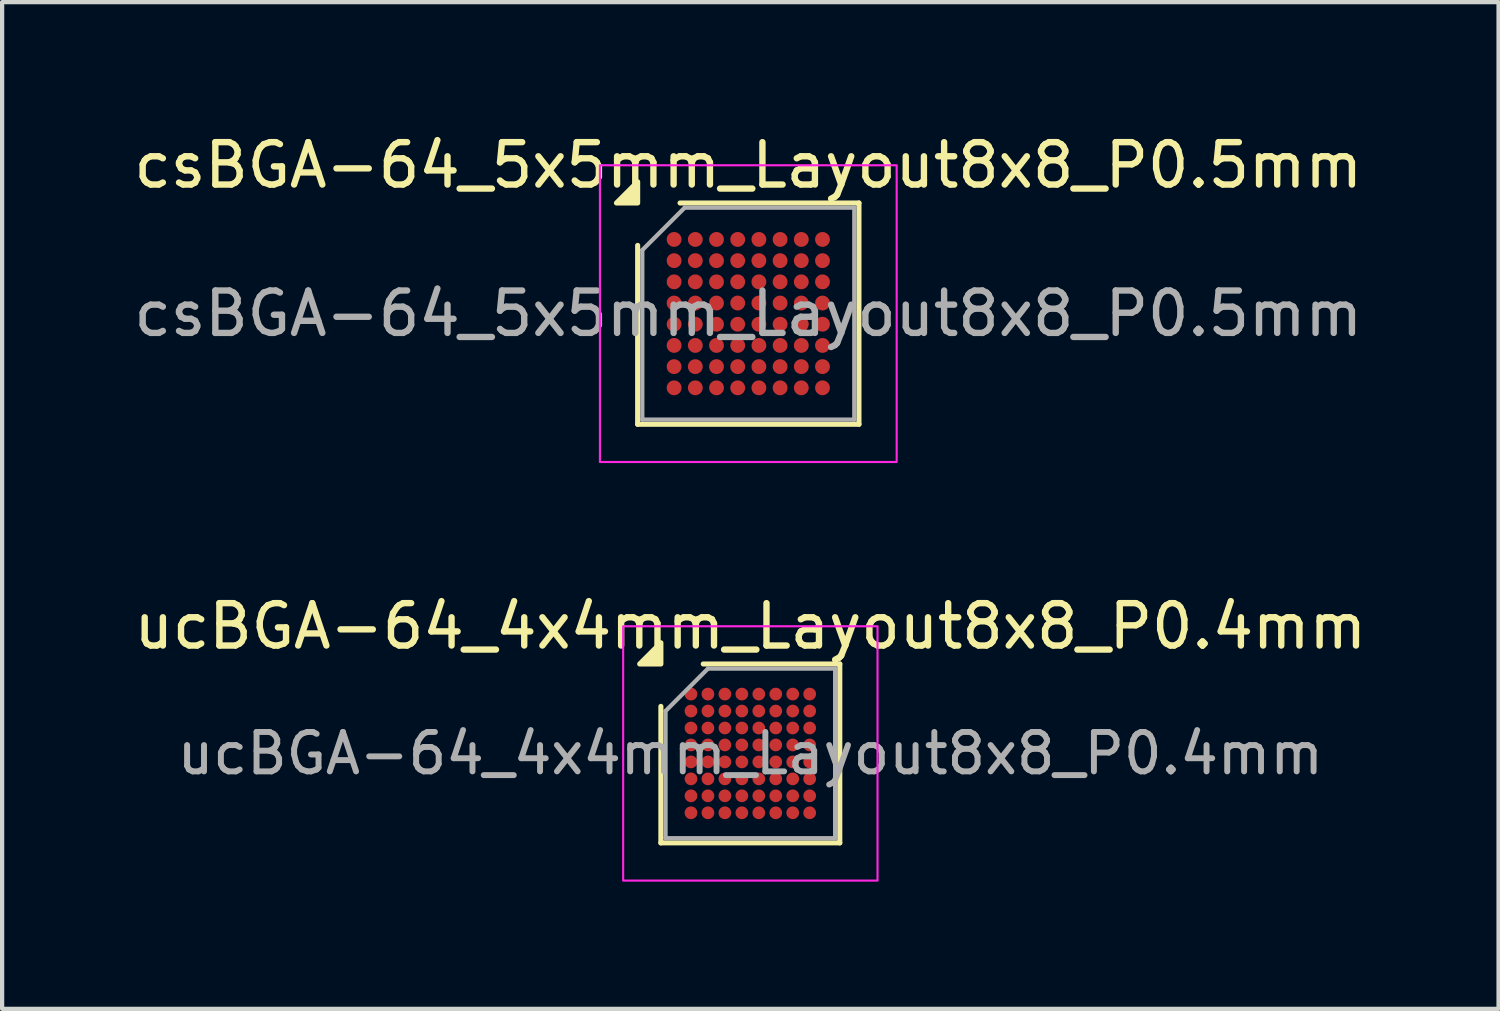
<source format=kicad_pcb>
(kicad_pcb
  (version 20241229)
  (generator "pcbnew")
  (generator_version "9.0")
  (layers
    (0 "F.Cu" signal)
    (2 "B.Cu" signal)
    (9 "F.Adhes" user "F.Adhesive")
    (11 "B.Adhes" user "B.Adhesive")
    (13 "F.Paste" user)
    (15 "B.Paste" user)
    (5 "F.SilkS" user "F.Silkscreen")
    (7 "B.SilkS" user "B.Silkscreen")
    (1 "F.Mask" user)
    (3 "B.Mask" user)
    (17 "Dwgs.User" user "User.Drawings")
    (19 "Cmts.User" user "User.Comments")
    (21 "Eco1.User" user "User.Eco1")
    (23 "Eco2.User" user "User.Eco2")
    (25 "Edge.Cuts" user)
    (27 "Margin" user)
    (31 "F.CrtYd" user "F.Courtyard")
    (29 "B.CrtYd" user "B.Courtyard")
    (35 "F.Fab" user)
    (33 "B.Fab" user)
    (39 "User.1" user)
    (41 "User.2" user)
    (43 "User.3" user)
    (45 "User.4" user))
  (footprint "ucBGA-64_4x4mm_Layout8x8_P0.4mm"
    (layer "F.Cu")
    (at 14.649 14.722)
    (property "Reference" "ucBGA-64_4x4mm_Layout8x8_P0.4mm" (at 0 -3 0) (layer "F.SilkS") (effects (font (size 1 1) (thickness 0.15))))
    (attr smd)
    (fp_line (start -2.11 2.11) (end -2.11 -1.11) (stroke (width 0.12) (type solid)) (layer "F.SilkS"))
    (fp_line (start -1.11 -2.11) (end 2.11 -2.11) (stroke (width 0.12) (type solid)) (layer "F.SilkS"))
    (fp_line (start 2.11 -2.11) (end 2.11 2.11) (stroke (width 0.12) (type solid)) (layer "F.SilkS"))
    (fp_line (start 2.11 2.11) (end -2.11 2.11) (stroke (width 0.12) (type solid)) (layer "F.SilkS"))
    (fp_poly (pts (xy -2.11 -2.11) (xy -2.61 -2.11) (xy -2.11 -2.61)) (stroke (width 0.12) (type solid)) (fill yes) (layer "F.SilkS"))
    (fp_rect (start -3 -3) (end 3 3) (stroke (width 0.05) (type solid)) (fill no) (layer "F.CrtYd"))
    (fp_line (start -2 -1) (end -1 -2) (stroke (width 0.1) (type solid)) (layer "F.Fab"))
    (fp_line (start -2 2) (end -2 -1) (stroke (width 0.1) (type solid)) (layer "F.Fab"))
    (fp_line (start -1 -2) (end 2 -2) (stroke (width 0.1) (type solid)) (layer "F.Fab"))
    (fp_line (start 2 -2) (end 2 2) (stroke (width 0.1) (type solid)) (layer "F.Fab"))
    (fp_line (start 2 2) (end -2 2) (stroke (width 0.1) (type solid)) (layer "F.Fab"))
    (fp_text user "${REFERENCE}" (at 0 0 0) (layer "F.Fab") (effects (font (size 0.93 0.93) (thickness 0.14))))
    (pad "A1" smd circle (at -1.4 -1.4) (size 0.3 0.3) (property pad_prop_bga) (layers "F.Cu" "F.Mask" "F.Paste"))
    (pad "A2" smd circle (at -1 -1.4) (size 0.3 0.3) (property pad_prop_bga) (layers "F.Cu" "F.Mask" "F.Paste"))
    (pad "A3" smd circle (at -0.6 -1.4) (size 0.3 0.3) (property pad_prop_bga) (layers "F.Cu" "F.Mask" "F.Paste"))
    (pad "A4" smd circle (at -0.2 -1.4) (size 0.3 0.3) (property pad_prop_bga) (layers "F.Cu" "F.Mask" "F.Paste"))
    (pad "A5" smd circle (at 0.2 -1.4) (size 0.3 0.3) (property pad_prop_bga) (layers "F.Cu" "F.Mask" "F.Paste"))
    (pad "A6" smd circle (at 0.6 -1.4) (size 0.3 0.3) (property pad_prop_bga) (layers "F.Cu" "F.Mask" "F.Paste"))
    (pad "A7" smd circle (at 1 -1.4) (size 0.3 0.3) (property pad_prop_bga) (layers "F.Cu" "F.Mask" "F.Paste"))
    (pad "A8" smd circle (at 1.4 -1.4) (size 0.3 0.3) (property pad_prop_bga) (layers "F.Cu" "F.Mask" "F.Paste"))
    (pad "B1" smd circle (at -1.4 -1) (size 0.3 0.3) (property pad_prop_bga) (layers "F.Cu" "F.Mask" "F.Paste"))
    (pad "B2" smd circle (at -1 -1) (size 0.3 0.3) (property pad_prop_bga) (layers "F.Cu" "F.Mask" "F.Paste"))
    (pad "B3" smd circle (at -0.6 -1) (size 0.3 0.3) (property pad_prop_bga) (layers "F.Cu" "F.Mask" "F.Paste"))
    (pad "B4" smd circle (at -0.2 -1) (size 0.3 0.3) (property pad_prop_bga) (layers "F.Cu" "F.Mask" "F.Paste"))
    (pad "B5" smd circle (at 0.2 -1) (size 0.3 0.3) (property pad_prop_bga) (layers "F.Cu" "F.Mask" "F.Paste"))
    (pad "B6" smd circle (at 0.6 -1) (size 0.3 0.3) (property pad_prop_bga) (layers "F.Cu" "F.Mask" "F.Paste"))
    (pad "B7" smd circle (at 1 -1) (size 0.3 0.3) (property pad_prop_bga) (layers "F.Cu" "F.Mask" "F.Paste"))
    (pad "B8" smd circle (at 1.4 -1) (size 0.3 0.3) (property pad_prop_bga) (layers "F.Cu" "F.Mask" "F.Paste"))
    (pad "C1" smd circle (at -1.4 -0.6) (size 0.3 0.3) (property pad_prop_bga) (layers "F.Cu" "F.Mask" "F.Paste"))
    (pad "C2" smd circle (at -1 -0.6) (size 0.3 0.3) (property pad_prop_bga) (layers "F.Cu" "F.Mask" "F.Paste"))
    (pad "C3" smd circle (at -0.6 -0.6) (size 0.3 0.3) (property pad_prop_bga) (layers "F.Cu" "F.Mask" "F.Paste"))
    (pad "C4" smd circle (at -0.2 -0.6) (size 0.3 0.3) (property pad_prop_bga) (layers "F.Cu" "F.Mask" "F.Paste"))
    (pad "C5" smd circle (at 0.2 -0.6) (size 0.3 0.3) (property pad_prop_bga) (layers "F.Cu" "F.Mask" "F.Paste"))
    (pad "C6" smd circle (at 0.6 -0.6) (size 0.3 0.3) (property pad_prop_bga) (layers "F.Cu" "F.Mask" "F.Paste"))
    (pad "C7" smd circle (at 1 -0.6) (size 0.3 0.3) (property pad_prop_bga) (layers "F.Cu" "F.Mask" "F.Paste"))
    (pad "C8" smd circle (at 1.4 -0.6) (size 0.3 0.3) (property pad_prop_bga) (layers "F.Cu" "F.Mask" "F.Paste"))
    (pad "D1" smd circle (at -1.4 -0.2) (size 0.3 0.3) (property pad_prop_bga) (layers "F.Cu" "F.Mask" "F.Paste"))
    (pad "D2" smd circle (at -1 -0.2) (size 0.3 0.3) (property pad_prop_bga) (layers "F.Cu" "F.Mask" "F.Paste"))
    (pad "D3" smd circle (at -0.6 -0.2) (size 0.3 0.3) (property pad_prop_bga) (layers "F.Cu" "F.Mask" "F.Paste"))
    (pad "D4" smd circle (at -0.2 -0.2) (size 0.3 0.3) (property pad_prop_bga) (layers "F.Cu" "F.Mask" "F.Paste"))
    (pad "D5" smd circle (at 0.2 -0.2) (size 0.3 0.3) (property pad_prop_bga) (layers "F.Cu" "F.Mask" "F.Paste"))
    (pad "D6" smd circle (at 0.6 -0.2) (size 0.3 0.3) (property pad_prop_bga) (layers "F.Cu" "F.Mask" "F.Paste"))
    (pad "D7" smd circle (at 1 -0.2) (size 0.3 0.3) (property pad_prop_bga) (layers "F.Cu" "F.Mask" "F.Paste"))
    (pad "D8" smd circle (at 1.4 -0.2) (size 0.3 0.3) (property pad_prop_bga) (layers "F.Cu" "F.Mask" "F.Paste"))
    (pad "E1" smd circle (at -1.4 0.2) (size 0.3 0.3) (property pad_prop_bga) (layers "F.Cu" "F.Mask" "F.Paste"))
    (pad "E2" smd circle (at -1 0.2) (size 0.3 0.3) (property pad_prop_bga) (layers "F.Cu" "F.Mask" "F.Paste"))
    (pad "E3" smd circle (at -0.6 0.2) (size 0.3 0.3) (property pad_prop_bga) (layers "F.Cu" "F.Mask" "F.Paste"))
    (pad "E4" smd circle (at -0.2 0.2) (size 0.3 0.3) (property pad_prop_bga) (layers "F.Cu" "F.Mask" "F.Paste"))
    (pad "E5" smd circle (at 0.2 0.2) (size 0.3 0.3) (property pad_prop_bga) (layers "F.Cu" "F.Mask" "F.Paste"))
    (pad "E6" smd circle (at 0.6 0.2) (size 0.3 0.3) (property pad_prop_bga) (layers "F.Cu" "F.Mask" "F.Paste"))
    (pad "E7" smd circle (at 1 0.2) (size 0.3 0.3) (property pad_prop_bga) (layers "F.Cu" "F.Mask" "F.Paste"))
    (pad "E8" smd circle (at 1.4 0.2) (size 0.3 0.3) (property pad_prop_bga) (layers "F.Cu" "F.Mask" "F.Paste"))
    (pad "F1" smd circle (at -1.4 0.6) (size 0.3 0.3) (property pad_prop_bga) (layers "F.Cu" "F.Mask" "F.Paste"))
    (pad "F2" smd circle (at -1 0.6) (size 0.3 0.3) (property pad_prop_bga) (layers "F.Cu" "F.Mask" "F.Paste"))
    (pad "F3" smd circle (at -0.6 0.6) (size 0.3 0.3) (property pad_prop_bga) (layers "F.Cu" "F.Mask" "F.Paste"))
    (pad "F4" smd circle (at -0.2 0.6) (size 0.3 0.3) (property pad_prop_bga) (layers "F.Cu" "F.Mask" "F.Paste"))
    (pad "F5" smd circle (at 0.2 0.6) (size 0.3 0.3) (property pad_prop_bga) (layers "F.Cu" "F.Mask" "F.Paste"))
    (pad "F6" smd circle (at 0.6 0.6) (size 0.3 0.3) (property pad_prop_bga) (layers "F.Cu" "F.Mask" "F.Paste"))
    (pad "F7" smd circle (at 1 0.6) (size 0.3 0.3) (property pad_prop_bga) (layers "F.Cu" "F.Mask" "F.Paste"))
    (pad "F8" smd circle (at 1.4 0.6) (size 0.3 0.3) (property pad_prop_bga) (layers "F.Cu" "F.Mask" "F.Paste"))
    (pad "G1" smd circle (at -1.4 1) (size 0.3 0.3) (property pad_prop_bga) (layers "F.Cu" "F.Mask" "F.Paste"))
    (pad "G2" smd circle (at -1 1) (size 0.3 0.3) (property pad_prop_bga) (layers "F.Cu" "F.Mask" "F.Paste"))
    (pad "G3" smd circle (at -0.6 1) (size 0.3 0.3) (property pad_prop_bga) (layers "F.Cu" "F.Mask" "F.Paste"))
    (pad "G4" smd circle (at -0.2 1) (size 0.3 0.3) (property pad_prop_bga) (layers "F.Cu" "F.Mask" "F.Paste"))
    (pad "G5" smd circle (at 0.2 1) (size 0.3 0.3) (property pad_prop_bga) (layers "F.Cu" "F.Mask" "F.Paste"))
    (pad "G6" smd circle (at 0.6 1) (size 0.3 0.3) (property pad_prop_bga) (layers "F.Cu" "F.Mask" "F.Paste"))
    (pad "G7" smd circle (at 1 1) (size 0.3 0.3) (property pad_prop_bga) (layers "F.Cu" "F.Mask" "F.Paste"))
    (pad "G8" smd circle (at 1.4 1) (size 0.3 0.3) (property pad_prop_bga) (layers "F.Cu" "F.Mask" "F.Paste"))
    (pad "H1" smd circle (at -1.4 1.4) (size 0.3 0.3) (property pad_prop_bga) (layers "F.Cu" "F.Mask" "F.Paste"))
    (pad "H2" smd circle (at -1 1.4) (size 0.3 0.3) (property pad_prop_bga) (layers "F.Cu" "F.Mask" "F.Paste"))
    (pad "H3" smd circle (at -0.6 1.4) (size 0.3 0.3) (property pad_prop_bga) (layers "F.Cu" "F.Mask" "F.Paste"))
    (pad "H4" smd circle (at -0.2 1.4) (size 0.3 0.3) (property pad_prop_bga) (layers "F.Cu" "F.Mask" "F.Paste"))
    (pad "H5" smd circle (at 0.2 1.4) (size 0.3 0.3) (property pad_prop_bga) (layers "F.Cu" "F.Mask" "F.Paste"))
    (pad "H6" smd circle (at 0.6 1.4) (size 0.3 0.3) (property pad_prop_bga) (layers "F.Cu" "F.Mask" "F.Paste"))
    (pad "H7" smd circle (at 1 1.4) (size 0.3 0.3) (property pad_prop_bga) (layers "F.Cu" "F.Mask" "F.Paste"))
    (pad "H8" smd circle (at 1.4 1.4) (size 0.3 0.3) (property pad_prop_bga) (layers "F.Cu" "F.Mask" "F.Paste")))
  (footprint "csBGA-64_5x5mm_Layout8x8_P0.5mm"
    (layer "F.Cu")
    (at 14.601 4.348)
    (property "Reference" "csBGA-64_5x5mm_Layout8x8_P0.5mm" (at 0 -3.5 0) (layer "F.SilkS") (effects (font (size 1 1) (thickness 0.15))))
    (attr smd)
    (fp_line (start -2.61 2.61) (end -2.61 -1.61) (stroke (width 0.12) (type solid)) (layer "F.SilkS"))
    (fp_line (start -1.61 -2.61) (end 2.61 -2.61) (stroke (width 0.12) (type solid)) (layer "F.SilkS"))
    (fp_line (start 2.61 -2.61) (end 2.61 2.61) (stroke (width 0.12) (type solid)) (layer "F.SilkS"))
    (fp_line (start 2.61 2.61) (end -2.61 2.61) (stroke (width 0.12) (type solid)) (layer "F.SilkS"))
    (fp_poly (pts (xy -2.61 -2.61) (xy -3.11 -2.61) (xy -2.61 -3.11)) (stroke (width 0.12) (type solid)) (fill yes) (layer "F.SilkS"))
    (fp_rect (start -3.5 -3.5) (end 3.5 3.5) (stroke (width 0.05) (type solid)) (fill no) (layer "F.CrtYd"))
    (fp_line (start -2.5 -1.5) (end -1.5 -2.5) (stroke (width 0.1) (type solid)) (layer "F.Fab"))
    (fp_line (start -2.5 2.5) (end -2.5 -1.5) (stroke (width 0.1) (type solid)) (layer "F.Fab"))
    (fp_line (start -1.5 -2.5) (end 2.5 -2.5) (stroke (width 0.1) (type solid)) (layer "F.Fab"))
    (fp_line (start 2.5 -2.5) (end 2.5 2.5) (stroke (width 0.1) (type solid)) (layer "F.Fab"))
    (fp_line (start 2.5 2.5) (end -2.5 2.5) (stroke (width 0.1) (type solid)) (layer "F.Fab"))
    (fp_text user "${REFERENCE}" (at 0 0 0) (layer "F.Fab") (effects (font (size 1 1) (thickness 0.15))))
    (pad "A1" smd circle (at -1.75 -1.75) (size 0.35 0.35) (property pad_prop_bga) (layers "F.Cu" "F.Mask" "F.Paste"))
    (pad "A2" smd circle (at -1.25 -1.75) (size 0.35 0.35) (property pad_prop_bga) (layers "F.Cu" "F.Mask" "F.Paste"))
    (pad "A3" smd circle (at -0.75 -1.75) (size 0.35 0.35) (property pad_prop_bga) (layers "F.Cu" "F.Mask" "F.Paste"))
    (pad "A4" smd circle (at -0.25 -1.75) (size 0.35 0.35) (property pad_prop_bga) (layers "F.Cu" "F.Mask" "F.Paste"))
    (pad "A5" smd circle (at 0.25 -1.75) (size 0.35 0.35) (property pad_prop_bga) (layers "F.Cu" "F.Mask" "F.Paste"))
    (pad "A6" smd circle (at 0.75 -1.75) (size 0.35 0.35) (property pad_prop_bga) (layers "F.Cu" "F.Mask" "F.Paste"))
    (pad "A7" smd circle (at 1.25 -1.75) (size 0.35 0.35) (property pad_prop_bga) (layers "F.Cu" "F.Mask" "F.Paste"))
    (pad "A8" smd circle (at 1.75 -1.75) (size 0.35 0.35) (property pad_prop_bga) (layers "F.Cu" "F.Mask" "F.Paste"))
    (pad "B1" smd circle (at -1.75 -1.25) (size 0.35 0.35) (property pad_prop_bga) (layers "F.Cu" "F.Mask" "F.Paste"))
    (pad "B2" smd circle (at -1.25 -1.25) (size 0.35 0.35) (property pad_prop_bga) (layers "F.Cu" "F.Mask" "F.Paste"))
    (pad "B3" smd circle (at -0.75 -1.25) (size 0.35 0.35) (property pad_prop_bga) (layers "F.Cu" "F.Mask" "F.Paste"))
    (pad "B4" smd circle (at -0.25 -1.25) (size 0.35 0.35) (property pad_prop_bga) (layers "F.Cu" "F.Mask" "F.Paste"))
    (pad "B5" smd circle (at 0.25 -1.25) (size 0.35 0.35) (property pad_prop_bga) (layers "F.Cu" "F.Mask" "F.Paste"))
    (pad "B6" smd circle (at 0.75 -1.25) (size 0.35 0.35) (property pad_prop_bga) (layers "F.Cu" "F.Mask" "F.Paste"))
    (pad "B7" smd circle (at 1.25 -1.25) (size 0.35 0.35) (property pad_prop_bga) (layers "F.Cu" "F.Mask" "F.Paste"))
    (pad "B8" smd circle (at 1.75 -1.25) (size 0.35 0.35) (property pad_prop_bga) (layers "F.Cu" "F.Mask" "F.Paste"))
    (pad "C1" smd circle (at -1.75 -0.75) (size 0.35 0.35) (property pad_prop_bga) (layers "F.Cu" "F.Mask" "F.Paste"))
    (pad "C2" smd circle (at -1.25 -0.75) (size 0.35 0.35) (property pad_prop_bga) (layers "F.Cu" "F.Mask" "F.Paste"))
    (pad "C3" smd circle (at -0.75 -0.75) (size 0.35 0.35) (property pad_prop_bga) (layers "F.Cu" "F.Mask" "F.Paste"))
    (pad "C4" smd circle (at -0.25 -0.75) (size 0.35 0.35) (property pad_prop_bga) (layers "F.Cu" "F.Mask" "F.Paste"))
    (pad "C5" smd circle (at 0.25 -0.75) (size 0.35 0.35) (property pad_prop_bga) (layers "F.Cu" "F.Mask" "F.Paste"))
    (pad "C6" smd circle (at 0.75 -0.75) (size 0.35 0.35) (property pad_prop_bga) (layers "F.Cu" "F.Mask" "F.Paste"))
    (pad "C7" smd circle (at 1.25 -0.75) (size 0.35 0.35) (property pad_prop_bga) (layers "F.Cu" "F.Mask" "F.Paste"))
    (pad "C8" smd circle (at 1.75 -0.75) (size 0.35 0.35) (property pad_prop_bga) (layers "F.Cu" "F.Mask" "F.Paste"))
    (pad "D1" smd circle (at -1.75 -0.25) (size 0.35 0.35) (property pad_prop_bga) (layers "F.Cu" "F.Mask" "F.Paste"))
    (pad "D2" smd circle (at -1.25 -0.25) (size 0.35 0.35) (property pad_prop_bga) (layers "F.Cu" "F.Mask" "F.Paste"))
    (pad "D3" smd circle (at -0.75 -0.25) (size 0.35 0.35) (property pad_prop_bga) (layers "F.Cu" "F.Mask" "F.Paste"))
    (pad "D4" smd circle (at -0.25 -0.25) (size 0.35 0.35) (property pad_prop_bga) (layers "F.Cu" "F.Mask" "F.Paste"))
    (pad "D5" smd circle (at 0.25 -0.25) (size 0.35 0.35) (property pad_prop_bga) (layers "F.Cu" "F.Mask" "F.Paste"))
    (pad "D6" smd circle (at 0.75 -0.25) (size 0.35 0.35) (property pad_prop_bga) (layers "F.Cu" "F.Mask" "F.Paste"))
    (pad "D7" smd circle (at 1.25 -0.25) (size 0.35 0.35) (property pad_prop_bga) (layers "F.Cu" "F.Mask" "F.Paste"))
    (pad "D8" smd circle (at 1.75 -0.25) (size 0.35 0.35) (property pad_prop_bga) (layers "F.Cu" "F.Mask" "F.Paste"))
    (pad "E1" smd circle (at -1.75 0.25) (size 0.35 0.35) (property pad_prop_bga) (layers "F.Cu" "F.Mask" "F.Paste"))
    (pad "E2" smd circle (at -1.25 0.25) (size 0.35 0.35) (property pad_prop_bga) (layers "F.Cu" "F.Mask" "F.Paste"))
    (pad "E3" smd circle (at -0.75 0.25) (size 0.35 0.35) (property pad_prop_bga) (layers "F.Cu" "F.Mask" "F.Paste"))
    (pad "E4" smd circle (at -0.25 0.25) (size 0.35 0.35) (property pad_prop_bga) (layers "F.Cu" "F.Mask" "F.Paste"))
    (pad "E5" smd circle (at 0.25 0.25) (size 0.35 0.35) (property pad_prop_bga) (layers "F.Cu" "F.Mask" "F.Paste"))
    (pad "E6" smd circle (at 0.75 0.25) (size 0.35 0.35) (property pad_prop_bga) (layers "F.Cu" "F.Mask" "F.Paste"))
    (pad "E7" smd circle (at 1.25 0.25) (size 0.35 0.35) (property pad_prop_bga) (layers "F.Cu" "F.Mask" "F.Paste"))
    (pad "E8" smd circle (at 1.75 0.25) (size 0.35 0.35) (property pad_prop_bga) (layers "F.Cu" "F.Mask" "F.Paste"))
    (pad "F1" smd circle (at -1.75 0.75) (size 0.35 0.35) (property pad_prop_bga) (layers "F.Cu" "F.Mask" "F.Paste"))
    (pad "F2" smd circle (at -1.25 0.75) (size 0.35 0.35) (property pad_prop_bga) (layers "F.Cu" "F.Mask" "F.Paste"))
    (pad "F3" smd circle (at -0.75 0.75) (size 0.35 0.35) (property pad_prop_bga) (layers "F.Cu" "F.Mask" "F.Paste"))
    (pad "F4" smd circle (at -0.25 0.75) (size 0.35 0.35) (property pad_prop_bga) (layers "F.Cu" "F.Mask" "F.Paste"))
    (pad "F5" smd circle (at 0.25 0.75) (size 0.35 0.35) (property pad_prop_bga) (layers "F.Cu" "F.Mask" "F.Paste"))
    (pad "F6" smd circle (at 0.75 0.75) (size 0.35 0.35) (property pad_prop_bga) (layers "F.Cu" "F.Mask" "F.Paste"))
    (pad "F7" smd circle (at 1.25 0.75) (size 0.35 0.35) (property pad_prop_bga) (layers "F.Cu" "F.Mask" "F.Paste"))
    (pad "F8" smd circle (at 1.75 0.75) (size 0.35 0.35) (property pad_prop_bga) (layers "F.Cu" "F.Mask" "F.Paste"))
    (pad "G1" smd circle (at -1.75 1.25) (size 0.35 0.35) (property pad_prop_bga) (layers "F.Cu" "F.Mask" "F.Paste"))
    (pad "G2" smd circle (at -1.25 1.25) (size 0.35 0.35) (property pad_prop_bga) (layers "F.Cu" "F.Mask" "F.Paste"))
    (pad "G3" smd circle (at -0.75 1.25) (size 0.35 0.35) (property pad_prop_bga) (layers "F.Cu" "F.Mask" "F.Paste"))
    (pad "G4" smd circle (at -0.25 1.25) (size 0.35 0.35) (property pad_prop_bga) (layers "F.Cu" "F.Mask" "F.Paste"))
    (pad "G5" smd circle (at 0.25 1.25) (size 0.35 0.35) (property pad_prop_bga) (layers "F.Cu" "F.Mask" "F.Paste"))
    (pad "G6" smd circle (at 0.75 1.25) (size 0.35 0.35) (property pad_prop_bga) (layers "F.Cu" "F.Mask" "F.Paste"))
    (pad "G7" smd circle (at 1.25 1.25) (size 0.35 0.35) (property pad_prop_bga) (layers "F.Cu" "F.Mask" "F.Paste"))
    (pad "G8" smd circle (at 1.75 1.25) (size 0.35 0.35) (property pad_prop_bga) (layers "F.Cu" "F.Mask" "F.Paste"))
    (pad "H1" smd circle (at -1.75 1.75) (size 0.35 0.35) (property pad_prop_bga) (layers "F.Cu" "F.Mask" "F.Paste"))
    (pad "H2" smd circle (at -1.25 1.75) (size 0.35 0.35) (property pad_prop_bga) (layers "F.Cu" "F.Mask" "F.Paste"))
    (pad "H3" smd circle (at -0.75 1.75) (size 0.35 0.35) (property pad_prop_bga) (layers "F.Cu" "F.Mask" "F.Paste"))
    (pad "H4" smd circle (at -0.25 1.75) (size 0.35 0.35) (property pad_prop_bga) (layers "F.Cu" "F.Mask" "F.Paste"))
    (pad "H5" smd circle (at 0.25 1.75) (size 0.35 0.35) (property pad_prop_bga) (layers "F.Cu" "F.Mask" "F.Paste"))
    (pad "H6" smd circle (at 0.75 1.75) (size 0.35 0.35) (property pad_prop_bga) (layers "F.Cu" "F.Mask" "F.Paste"))
    (pad "H7" smd circle (at 1.25 1.75) (size 0.35 0.35) (property pad_prop_bga) (layers "F.Cu" "F.Mask" "F.Paste"))
    (pad "H8" smd circle (at 1.75 1.75) (size 0.35 0.35) (property pad_prop_bga) (layers "F.Cu" "F.Mask" "F.Paste")))
  (gr_rect
    (start -3 -3)
    (end 32.298 20.747)
    (stroke (width 0.1) (type default))
    (fill no)
    (layer "Edge.Cuts")))
</source>
